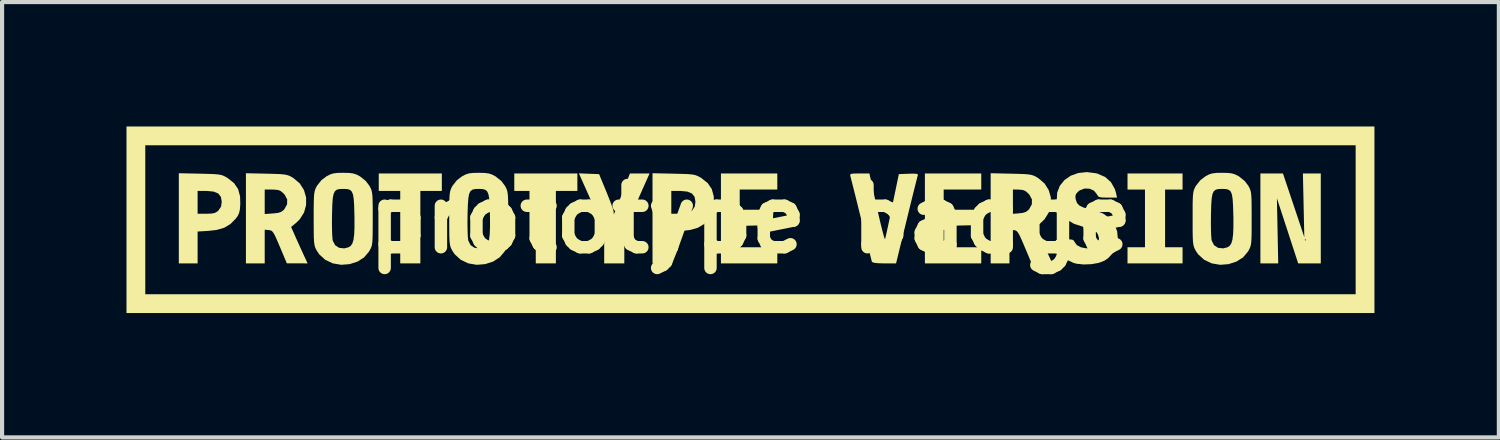
<source format=kicad_pcb>
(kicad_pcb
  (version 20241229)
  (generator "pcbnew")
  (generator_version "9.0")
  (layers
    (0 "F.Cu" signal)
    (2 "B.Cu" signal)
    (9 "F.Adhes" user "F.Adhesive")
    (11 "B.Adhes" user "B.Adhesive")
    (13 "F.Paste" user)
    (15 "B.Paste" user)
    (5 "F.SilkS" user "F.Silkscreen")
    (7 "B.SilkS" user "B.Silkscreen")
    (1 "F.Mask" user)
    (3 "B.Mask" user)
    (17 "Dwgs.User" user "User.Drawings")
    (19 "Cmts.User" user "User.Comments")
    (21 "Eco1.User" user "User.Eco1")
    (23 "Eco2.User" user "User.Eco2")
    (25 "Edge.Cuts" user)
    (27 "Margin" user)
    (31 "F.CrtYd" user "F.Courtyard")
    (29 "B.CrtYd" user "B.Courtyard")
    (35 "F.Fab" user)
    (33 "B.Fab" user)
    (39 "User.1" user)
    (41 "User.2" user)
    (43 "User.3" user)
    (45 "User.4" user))
  (footprint "prototype badge"
    (layer "F.Cu")
    (at 15.046 2.233)
    (property "Reference" "prototype badge" (at 0 0 0) (layer "F.SilkS") (effects (font (size 1.5 1.5) (thickness 0.3))))
    (attr board_only exclude_from_pos_files exclude_from_bom)
    (fp_poly (pts (xy -7.442 -0.89) (xy -7.442 -0.679) (xy -7.701 -0.679) (xy -7.96 -0.679) (xy -7.96 0.194) (xy -7.96 1.068) (xy -8.202 1.068) (xy -8.445 1.068) (xy -8.445 0.194) (xy -8.445 -0.679) (xy -8.704 -0.679) (xy -8.963 -0.679) (xy -8.963 -0.89) (xy -8.963 -1.1) (xy -8.202 -1.1) (xy -7.442 -1.1)) (stroke (width 0) (type solid)) (fill yes) (layer "F.SilkS"))
    (fp_poly (pts (xy -4.174 -0.89) (xy -4.174 -0.679) (xy -4.433 -0.679) (xy -4.692 -0.679) (xy -4.692 0.194) (xy -4.692 1.068) (xy -4.934 1.068) (xy -5.177 1.068) (xy -5.177 0.194) (xy -5.177 -0.679) (xy -5.436 -0.679) (xy -5.695 -0.679) (xy -5.695 -0.89) (xy -5.695 -1.1) (xy -4.934 -1.1) (xy -4.174 -1.1)) (stroke (width 0) (type solid)) (fill yes) (layer "F.SilkS"))
    (fp_poly (pts (xy 15.046 0.016) (xy 15.046 2.265) (xy 0 2.265) (xy -15.046 2.265) (xy -15.046 0.016) (xy -15.046 -1.78) (xy -14.593 -1.78) (xy -14.593 0.016) (xy -14.593 1.812) (xy 0 1.812) (xy 14.593 1.812) (xy 14.593 0.016) (xy 14.593 -1.78) (xy 0 -1.78) (xy -14.593 -1.78) (xy -15.046 -1.78) (xy -15.046 -2.233) (xy 0 -2.233) (xy 15.046 -2.233)) (stroke (width 0) (type solid)) (fill yes) (layer "F.SilkS"))
    (fp_poly (pts (xy 0.647 -0.906) (xy 0.647 -0.712) (xy 0.194 -0.712) (xy -0.259 -0.712) (xy -0.259 -0.469) (xy -0.259 -0.226) (xy 0.147 -0.226) (xy 0.553 -0.226) (xy 0.544 -0.04) (xy 0.534 0.146) (xy 0.138 0.155) (xy -0.259 0.164) (xy -0.259 0.422) (xy -0.259 0.679) (xy 0.194 0.679) (xy 0.647 0.679) (xy 0.647 0.874) (xy 0.647 1.068) (xy -0.032 1.068) (xy -0.712 1.068) (xy -0.712 -0.016) (xy -0.712 -1.1) (xy -0.032 -1.1) (xy 0.647 -1.1)) (stroke (width 0) (type solid)) (fill yes) (layer "F.SilkS"))
    (fp_poly (pts (xy 5.565 -0.906) (xy 5.565 -0.712) (xy 5.112 -0.712) (xy 4.659 -0.712) (xy 4.659 -0.469) (xy 4.659 -0.226) (xy 5.065 -0.226) (xy 5.472 -0.226) (xy 5.462 -0.04) (xy 5.452 0.146) (xy 5.056 0.155) (xy 4.659 0.164) (xy 4.659 0.422) (xy 4.659 0.679) (xy 5.112 0.679) (xy 5.565 0.679) (xy 5.565 0.874) (xy 5.565 1.068) (xy 4.886 1.068) (xy 4.206 1.068) (xy 4.206 -0.016) (xy 4.206 -1.1) (xy 4.886 -1.1) (xy 5.565 -1.1)) (stroke (width 0) (type solid)) (fill yes) (layer "F.SilkS"))
    (fp_poly (pts (xy 10.419 -0.906) (xy 10.419 -0.712) (xy 10.209 -0.712) (xy 9.998 -0.712) (xy 9.998 -0.016) (xy 9.998 0.679) (xy 10.209 0.679) (xy 10.419 0.679) (xy 10.419 0.874) (xy 10.419 1.068) (xy 9.756 1.068) (xy 9.092 1.068) (xy 9.092 0.874) (xy 9.092 0.679) (xy 9.303 0.679) (xy 9.513 0.679) (xy 9.513 -0.016) (xy 9.513 -0.712) (xy 9.303 -0.712) (xy 9.092 -0.712) (xy 9.092 -0.906) (xy 9.092 -1.1) (xy 9.756 -1.1) (xy 10.419 -1.1)) (stroke (width 0) (type solid)) (fill yes) (layer "F.SilkS"))
    (fp_poly (pts (xy 13.098 -0.332) (xy 13.355 0.437) (xy 13.338 -0.332) (xy 13.321 -1.1) (xy 13.536 -1.1) (xy 13.752 -1.1) (xy 13.752 -0.016) (xy 13.752 1.068) (xy 13.479 1.068) (xy 13.207 1.068) (xy 13.022 0.502) (xy 13.363 0.502) (xy 13.379 0.518) (xy 13.396 0.502) (xy 13.379 0.485) (xy 13.363 0.502) (xy 13.022 0.502) (xy 12.951 0.283) (xy 12.694 -0.502) (xy 12.71 0.283) (xy 12.726 1.068) (xy 12.511 1.068) (xy 12.296 1.068) (xy 12.296 -0.016) (xy 12.296 -1.1) (xy 12.568 -1.1) (xy 12.84 -1.1)) (stroke (width 0) (type solid)) (fill yes) (layer "F.SilkS"))
    (fp_poly (pts (xy -3.893 -1.093) (xy -3.65 -1.084) (xy -3.476 -0.663) (xy -3.413 -0.506) (xy -3.359 -0.366) (xy -3.32 -0.255) (xy -3.301 -0.188) (xy -3.299 -0.178) (xy -3.296 -0.113) (xy -3.267 -0.178) (xy -3.246 -0.231) (xy -3.206 -0.331) (xy -3.153 -0.466) (xy -3.092 -0.622) (xy -3.073 -0.671) (xy -2.907 -1.1) (xy -2.67 -1.1) (xy -2.433 -1.1) (xy -2.737 -0.417) (xy -3.042 0.265) (xy -3.042 0.667) (xy -3.042 1.068) (xy -3.284 1.068) (xy -3.527 1.068) (xy -3.527 0.667) (xy -3.527 0.265) (xy -3.832 -0.419) (xy -4.137 -1.103)) (stroke (width 0) (type solid)) (fill yes) (layer "F.SilkS"))
    (fp_poly (pts (xy -13.272 -1.095) (xy -13.078 -1.09) (xy -12.938 -1.085) (xy -12.837 -1.077) (xy -12.763 -1.064) (xy -12.705 -1.044) (xy -12.651 -1.016) (xy -12.603 -0.987) (xy -12.452 -0.867) (xy -12.355 -0.724) (xy -12.307 -0.548) (xy -12.302 -0.366) (xy -12.311 -0.235) (xy -12.331 -0.145) (xy -12.366 -0.072) (xy -12.412 -0.01) (xy -12.541 0.12) (xy -12.69 0.209) (xy -12.873 0.262) (xy -13.058 0.283) (xy -13.331 0.3) (xy -13.331 0.684) (xy -13.331 1.068) (xy -13.557 1.068) (xy -13.784 1.068) (xy -13.784 -0.019) (xy -13.784 -0.679) (xy -13.331 -0.679) (xy -13.331 -0.404) (xy -13.331 -0.129) (xy -13.119 -0.129) (xy -12.997 -0.133) (xy -12.918 -0.148) (xy -12.861 -0.179) (xy -12.828 -0.209) (xy -12.766 -0.3) (xy -12.749 -0.417) (xy -12.769 -0.535) (xy -12.832 -0.616) (xy -12.944 -0.663) (xy -13.109 -0.679) (xy -13.125 -0.679) (xy -13.331 -0.679) (xy -13.784 -0.679) (xy -13.784 -1.106)) (stroke (width 0) (type solid)) (fill yes) (layer "F.SilkS"))
    (fp_poly (pts (xy -1.85 -1.095) (xy -1.657 -1.09) (xy -1.516 -1.085) (xy -1.415 -1.077) (xy -1.341 -1.064) (xy -1.284 -1.044) (xy -1.229 -1.016) (xy -1.181 -0.987) (xy -1.03 -0.867) (xy -0.933 -0.724) (xy -0.885 -0.548) (xy -0.88 -0.366) (xy -0.89 -0.235) (xy -0.909 -0.145) (xy -0.944 -0.072) (xy -0.99 -0.01) (xy -1.119 0.12) (xy -1.268 0.209) (xy -1.452 0.262) (xy -1.636 0.283) (xy -1.909 0.3) (xy -1.909 0.684) (xy -1.909 1.068) (xy -2.136 1.068) (xy -2.362 1.068) (xy -2.362 -0.019) (xy -2.362 -0.679) (xy -1.909 -0.679) (xy -1.909 -0.404) (xy -1.909 -0.129) (xy -1.697 -0.129) (xy -1.575 -0.133) (xy -1.496 -0.148) (xy -1.439 -0.179) (xy -1.406 -0.209) (xy -1.344 -0.3) (xy -1.327 -0.417) (xy -1.347 -0.535) (xy -1.41 -0.616) (xy -1.522 -0.663) (xy -1.687 -0.679) (xy -1.703 -0.679) (xy -1.909 -0.679) (xy -2.362 -0.679) (xy -2.362 -1.106)) (stroke (width 0) (type solid)) (fill yes) (layer "F.SilkS"))
    (fp_poly (pts (xy 3.048 -0.283) (xy 3.097 -0.066) (xy 3.142 0.125) (xy 3.182 0.284) (xy 3.213 0.401) (xy 3.235 0.471) (xy 3.245 0.485) (xy 3.256 0.441) (xy 3.279 0.343) (xy 3.31 0.2) (xy 3.348 0.022) (xy 3.391 -0.182) (xy 3.42 -0.324) (xy 3.578 -1.084) (xy 3.816 -1.094) (xy 3.941 -1.096) (xy 4.012 -1.09) (xy 4.038 -1.074) (xy 4.037 -1.061) (xy 4.025 -1.021) (xy 4.001 -0.925) (xy 3.965 -0.782) (xy 3.919 -0.599) (xy 3.866 -0.384) (xy 3.807 -0.144) (xy 3.766 0.024) (xy 3.511 1.068) (xy 3.227 1.068) (xy 3.071 1.064) (xy 2.974 1.052) (xy 2.931 1.032) (xy 2.928 1.027) (xy 2.917 0.987) (xy 2.893 0.892) (xy 2.857 0.749) (xy 2.811 0.568) (xy 2.758 0.356) (xy 2.699 0.12) (xy 2.669 0) (xy 2.608 -0.245) (xy 2.552 -0.471) (xy 2.502 -0.671) (xy 2.46 -0.836) (xy 2.429 -0.959) (xy 2.411 -1.03) (xy 2.407 -1.044) (xy 2.405 -1.073) (xy 2.429 -1.09) (xy 2.491 -1.098) (xy 2.603 -1.1) (xy 2.629 -1.1) (xy 2.868 -1.1)) (stroke (width 0) (type solid)) (fill yes) (layer "F.SilkS"))
    (fp_poly (pts (xy -11.67 -1.095) (xy -11.48 -1.09) (xy -11.342 -1.085) (xy -11.244 -1.076) (xy -11.172 -1.062) (xy -11.114 -1.042) (xy -11.057 -1.011) (xy -11.017 -0.987) (xy -10.867 -0.859) (xy -10.767 -0.701) (xy -10.715 -0.523) (xy -10.715 -0.338) (xy -10.765 -0.158) (xy -10.868 0.005) (xy -10.954 0.089) (xy -11.076 0.19) (xy -10.993 0.378) (xy -10.938 0.502) (xy -10.869 0.654) (xy -10.801 0.803) (xy -10.795 0.817) (xy -10.679 1.068) (xy -10.929 1.067) (xy -11.179 1.067) (xy -11.346 0.671) (xy -11.415 0.51) (xy -11.465 0.4) (xy -11.504 0.33) (xy -11.537 0.29) (xy -11.572 0.272) (xy -11.613 0.265) (xy -11.713 0.255) (xy -11.713 0.661) (xy -11.713 1.068) (xy -11.94 1.068) (xy -12.166 1.068) (xy -12.166 -0.019) (xy -12.166 -0.712) (xy -11.713 -0.712) (xy -11.713 -0.417) (xy -11.713 -0.122) (xy -11.514 -0.136) (xy -11.394 -0.149) (xy -11.317 -0.173) (xy -11.26 -0.216) (xy -11.239 -0.239) (xy -11.173 -0.356) (xy -11.171 -0.475) (xy -11.233 -0.59) (xy -11.258 -0.617) (xy -11.324 -0.674) (xy -11.392 -0.702) (xy -11.489 -0.711) (xy -11.533 -0.712) (xy -11.713 -0.712) (xy -12.166 -0.712) (xy -12.166 -1.106)) (stroke (width 0) (type solid)) (fill yes) (layer "F.SilkS"))
    (fp_poly (pts (xy 6.288 -1.095) (xy 6.478 -1.09) (xy 6.616 -1.085) (xy 6.714 -1.076) (xy 6.786 -1.062) (xy 6.844 -1.042) (xy 6.901 -1.011) (xy 6.941 -0.987) (xy 7.091 -0.859) (xy 7.191 -0.701) (xy 7.243 -0.523) (xy 7.243 -0.338) (xy 7.193 -0.158) (xy 7.09 0.005) (xy 7.004 0.089) (xy 6.882 0.19) (xy 6.965 0.378) (xy 7.02 0.502) (xy 7.089 0.654) (xy 7.157 0.803) (xy 7.163 0.817) (xy 7.279 1.068) (xy 7.029 1.067) (xy 6.779 1.067) (xy 6.612 0.671) (xy 6.543 0.51) (xy 6.493 0.4) (xy 6.454 0.33) (xy 6.421 0.29) (xy 6.386 0.272) (xy 6.345 0.265) (xy 6.245 0.255) (xy 6.245 0.661) (xy 6.245 1.068) (xy 6.018 1.068) (xy 5.792 1.068) (xy 5.792 -0.019) (xy 5.792 -0.712) (xy 6.245 -0.712) (xy 6.245 -0.417) (xy 6.245 -0.122) (xy 6.444 -0.136) (xy 6.564 -0.149) (xy 6.641 -0.173) (xy 6.698 -0.216) (xy 6.719 -0.239) (xy 6.785 -0.356) (xy 6.787 -0.475) (xy 6.725 -0.59) (xy 6.7 -0.617) (xy 6.634 -0.674) (xy 6.566 -0.702) (xy 6.469 -0.711) (xy 6.425 -0.712) (xy 6.245 -0.712) (xy 5.792 -0.712) (xy 5.792 -1.106)) (stroke (width 0) (type solid)) (fill yes) (layer "F.SilkS"))
    (fp_poly (pts (xy 8.328 -1.106) (xy 8.364 -1.097) (xy 8.552 -1.016) (xy 8.694 -0.889) (xy 8.788 -0.72) (xy 8.816 -0.623) (xy 8.839 -0.518) (xy 8.615 -0.518) (xy 8.495 -0.52) (xy 8.424 -0.529) (xy 8.384 -0.55) (xy 8.358 -0.589) (xy 8.354 -0.599) (xy 8.282 -0.686) (xy 8.177 -0.733) (xy 8.057 -0.737) (xy 7.942 -0.694) (xy 7.908 -0.669) (xy 7.851 -0.608) (xy 7.834 -0.546) (xy 7.843 -0.475) (xy 7.873 -0.39) (xy 7.931 -0.327) (xy 8.03 -0.279) (xy 8.18 -0.237) (xy 8.212 -0.231) (xy 8.339 -0.196) (xy 8.462 -0.151) (xy 8.507 -0.131) (xy 8.666 -0.018) (xy 8.778 0.128) (xy 8.842 0.295) (xy 8.859 0.472) (xy 8.828 0.647) (xy 8.749 0.808) (xy 8.622 0.945) (xy 8.535 1.003) (xy 8.397 1.056) (xy 8.222 1.087) (xy 8.037 1.094) (xy 7.866 1.077) (xy 7.784 1.054) (xy 7.621 0.976) (xy 7.504 0.875) (xy 7.418 0.744) (xy 7.361 0.623) (xy 7.344 0.547) (xy 7.373 0.505) (xy 7.455 0.488) (xy 7.569 0.485) (xy 7.69 0.488) (xy 7.761 0.497) (xy 7.797 0.518) (xy 7.814 0.55) (xy 7.869 0.626) (xy 7.968 0.68) (xy 8.092 0.704) (xy 8.167 0.701) (xy 8.295 0.661) (xy 8.376 0.586) (xy 8.403 0.483) (xy 8.399 0.438) (xy 8.375 0.361) (xy 8.335 0.304) (xy 8.263 0.261) (xy 8.149 0.221) (xy 8.038 0.192) (xy 7.8 0.113) (xy 7.619 0.007) (xy 7.491 -0.129) (xy 7.413 -0.3) (xy 7.385 -0.452) (xy 7.396 -0.64) (xy 7.461 -0.805) (xy 7.572 -0.942) (xy 7.723 -1.046) (xy 7.904 -1.111) (xy 8.109 -1.133)) (stroke (width 0) (type solid)) (fill yes) (layer "F.SilkS"))
    (fp_poly (pts (xy -9.678 -1.113) (xy -9.577 -1.1) (xy -9.494 -1.072) (xy -9.415 -1.03) (xy -9.278 -0.921) (xy -9.189 -0.804) (xy -9.162 -0.754) (xy -9.141 -0.706) (xy -9.127 -0.649) (xy -9.117 -0.575) (xy -9.112 -0.472) (xy -9.109 -0.33) (xy -9.108 -0.138) (xy -9.108 -0.016) (xy -9.109 0.204) (xy -9.11 0.369) (xy -9.114 0.491) (xy -9.121 0.579) (xy -9.132 0.643) (xy -9.15 0.694) (xy -9.174 0.742) (xy -9.197 0.782) (xy -9.315 0.922) (xy -9.475 1.025) (xy -9.665 1.086) (xy -9.869 1.102) (xy -10.071 1.068) (xy -10.253 0.982) (xy -10.399 0.849) (xy -10.452 0.77) (xy -10.48 0.72) (xy -10.5 0.672) (xy -10.514 0.616) (xy -10.523 0.541) (xy -10.529 0.436) (xy -10.531 0.293) (xy -10.532 0.1) (xy -10.532 0.082) (xy -10.092 0.082) (xy -10.09 0.252) (xy -10.085 0.393) (xy -10.077 0.491) (xy -10.072 0.519) (xy -10.015 0.63) (xy -9.919 0.693) (xy -9.795 0.706) (xy -9.695 0.681) (xy -9.641 0.648) (xy -9.6 0.589) (xy -9.572 0.499) (xy -9.555 0.368) (xy -9.548 0.189) (xy -9.549 -0.044) (xy -9.55 -0.105) (xy -9.556 -0.321) (xy -9.566 -0.48) (xy -9.584 -0.591) (xy -9.613 -0.663) (xy -9.657 -0.704) (xy -9.719 -0.723) (xy -9.803 -0.728) (xy -9.82 -0.728) (xy -9.909 -0.725) (xy -9.975 -0.709) (xy -10.021 -0.672) (xy -10.052 -0.606) (xy -10.072 -0.503) (xy -10.083 -0.353) (xy -10.089 -0.148) (xy -10.09 -0.103) (xy -10.092 0.082) (xy -10.532 0.082) (xy -10.532 -0.016) (xy -10.532 -0.237) (xy -10.53 -0.403) (xy -10.526 -0.526) (xy -10.519 -0.614) (xy -10.507 -0.678) (xy -10.49 -0.729) (xy -10.467 -0.777) (xy -10.452 -0.804) (xy -10.345 -0.939) (xy -10.225 -1.03) (xy -10.138 -1.076) (xy -10.055 -1.102) (xy -9.951 -1.114) (xy -9.82 -1.116)) (stroke (width 0) (type solid)) (fill yes) (layer "F.SilkS"))
    (fp_poly (pts (xy -6.41 -1.113) (xy -6.309 -1.1) (xy -6.226 -1.072) (xy -6.147 -1.03) (xy -6.01 -0.921) (xy -5.921 -0.804) (xy -5.894 -0.754) (xy -5.873 -0.706) (xy -5.859 -0.649) (xy -5.849 -0.575) (xy -5.844 -0.472) (xy -5.841 -0.33) (xy -5.84 -0.138) (xy -5.84 -0.016) (xy -5.841 0.204) (xy -5.842 0.369) (xy -5.846 0.491) (xy -5.853 0.579) (xy -5.864 0.643) (xy -5.882 0.694) (xy -5.906 0.742) (xy -5.929 0.782) (xy -6.047 0.922) (xy -6.207 1.025) (xy -6.397 1.086) (xy -6.601 1.102) (xy -6.803 1.068) (xy -6.985 0.982) (xy -7.131 0.849) (xy -7.184 0.77) (xy -7.212 0.72) (xy -7.232 0.672) (xy -7.246 0.616) (xy -7.255 0.541) (xy -7.261 0.436) (xy -7.263 0.293) (xy -7.264 0.1) (xy -7.264 0.082) (xy -6.824 0.082) (xy -6.822 0.252) (xy -6.817 0.393) (xy -6.809 0.491) (xy -6.804 0.519) (xy -6.747 0.63) (xy -6.651 0.693) (xy -6.527 0.706) (xy -6.427 0.681) (xy -6.373 0.648) (xy -6.332 0.589) (xy -6.304 0.499) (xy -6.287 0.368) (xy -6.28 0.189) (xy -6.281 -0.044) (xy -6.282 -0.105) (xy -6.288 -0.321) (xy -6.298 -0.48) (xy -6.316 -0.591) (xy -6.345 -0.663) (xy -6.389 -0.704) (xy -6.451 -0.723) (xy -6.535 -0.728) (xy -6.552 -0.728) (xy -6.641 -0.725) (xy -6.707 -0.709) (xy -6.753 -0.672) (xy -6.784 -0.606) (xy -6.803 -0.503) (xy -6.814 -0.353) (xy -6.821 -0.148) (xy -6.822 -0.103) (xy -6.824 0.082) (xy -7.264 0.082) (xy -7.264 -0.016) (xy -7.264 -0.237) (xy -7.262 -0.403) (xy -7.258 -0.526) (xy -7.251 -0.614) (xy -7.239 -0.678) (xy -7.222 -0.729) (xy -7.199 -0.777) (xy -7.184 -0.804) (xy -7.077 -0.939) (xy -6.957 -1.03) (xy -6.87 -1.076) (xy -6.787 -1.102) (xy -6.683 -1.114) (xy -6.552 -1.116)) (stroke (width 0) (type solid)) (fill yes) (layer "F.SilkS"))
    (fp_poly (pts (xy 11.515 -1.113) (xy 11.616 -1.1) (xy 11.699 -1.072) (xy 11.778 -1.03) (xy 11.915 -0.921) (xy 12.005 -0.804) (xy 12.032 -0.754) (xy 12.052 -0.706) (xy 12.067 -0.649) (xy 12.076 -0.575) (xy 12.082 -0.472) (xy 12.084 -0.33) (xy 12.085 -0.138) (xy 12.085 -0.016) (xy 12.085 0.204) (xy 12.084 0.369) (xy 12.08 0.491) (xy 12.073 0.579) (xy 12.061 0.643) (xy 12.044 0.694) (xy 12.02 0.742) (xy 11.997 0.782) (xy 11.879 0.922) (xy 11.718 1.025) (xy 11.529 1.086) (xy 11.325 1.102) (xy 11.123 1.068) (xy 10.941 0.982) (xy 10.795 0.849) (xy 10.741 0.77) (xy 10.714 0.72) (xy 10.694 0.672) (xy 10.68 0.616) (xy 10.67 0.541) (xy 10.665 0.436) (xy 10.662 0.293) (xy 10.662 0.1) (xy 10.662 0.082) (xy 11.102 0.082) (xy 11.104 0.252) (xy 11.109 0.393) (xy 11.117 0.491) (xy 11.122 0.519) (xy 11.179 0.63) (xy 11.275 0.693) (xy 11.399 0.706) (xy 11.499 0.681) (xy 11.553 0.648) (xy 11.593 0.589) (xy 11.621 0.499) (xy 11.638 0.368) (xy 11.645 0.189) (xy 11.645 -0.044) (xy 11.643 -0.105) (xy 11.637 -0.321) (xy 11.627 -0.48) (xy 11.61 -0.591) (xy 11.581 -0.663) (xy 11.537 -0.704) (xy 11.475 -0.723) (xy 11.39 -0.728) (xy 11.373 -0.728) (xy 11.285 -0.725) (xy 11.219 -0.709) (xy 11.172 -0.672) (xy 11.141 -0.606) (xy 11.122 -0.503) (xy 11.111 -0.353) (xy 11.105 -0.148) (xy 11.104 -0.103) (xy 11.102 0.082) (xy 10.662 0.082) (xy 10.662 -0.016) (xy 10.662 -0.237) (xy 10.663 -0.403) (xy 10.667 -0.526) (xy 10.674 -0.614) (xy 10.686 -0.678) (xy 10.703 -0.729) (xy 10.727 -0.777) (xy 10.742 -0.804) (xy 10.849 -0.939) (xy 10.969 -1.03) (xy 11.055 -1.076) (xy 11.139 -1.102) (xy 11.243 -1.114) (xy 11.373 -1.116)) (stroke (width 0) (type solid)) (fill yes) (layer "F.SilkS")))
  (gr_rect
    (start -3 -3)
    (end 33.092 7.498)
    (stroke (width 0.1) (type default))
    (fill no)
    (layer "Edge.Cuts")))
</source>
